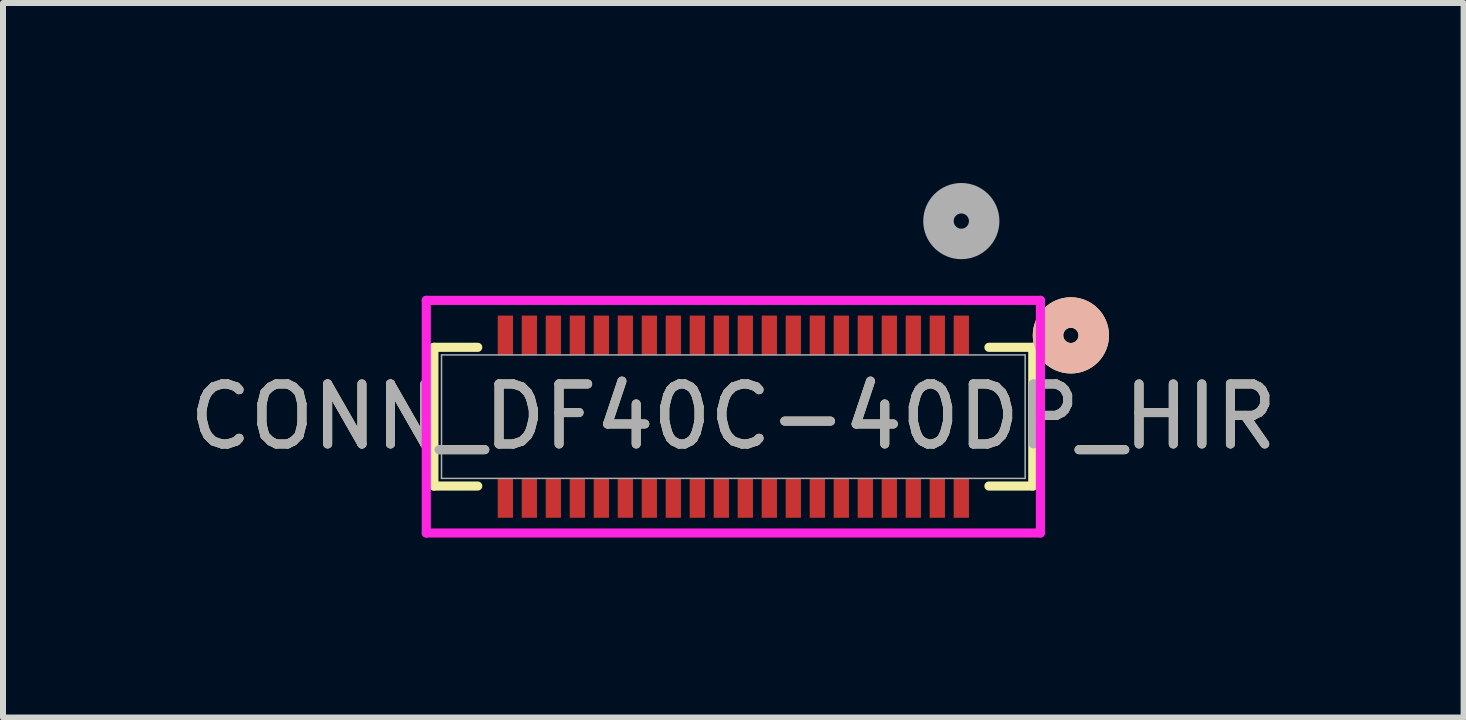
<source format=kicad_pcb>
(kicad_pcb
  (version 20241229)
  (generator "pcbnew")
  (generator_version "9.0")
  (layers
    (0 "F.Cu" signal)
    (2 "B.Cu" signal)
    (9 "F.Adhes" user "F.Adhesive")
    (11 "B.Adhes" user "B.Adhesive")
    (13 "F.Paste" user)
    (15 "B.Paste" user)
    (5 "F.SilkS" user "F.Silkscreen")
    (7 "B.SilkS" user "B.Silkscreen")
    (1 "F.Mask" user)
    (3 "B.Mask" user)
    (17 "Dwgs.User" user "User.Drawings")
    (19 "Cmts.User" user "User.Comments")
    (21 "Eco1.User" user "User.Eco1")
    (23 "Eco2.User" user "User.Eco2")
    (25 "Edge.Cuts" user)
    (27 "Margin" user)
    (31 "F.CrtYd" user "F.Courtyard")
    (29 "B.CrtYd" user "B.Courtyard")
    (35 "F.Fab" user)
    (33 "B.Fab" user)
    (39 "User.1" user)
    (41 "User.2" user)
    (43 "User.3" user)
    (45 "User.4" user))
  (footprint "CONN_DF40C-40DP_HIR"
    (layer "F.Cu")
    (at 9.173 3.895)
    (property "Reference" "CONN_DF40C-40DP_HIR" (at 0 0 0) (unlocked yes) (layer "F.SilkS") (effects (font (size 1 1) (thickness 0.15))))
    (attr smd)
    (fp_line (start -4.991 -1.156) (end -4.991 1.156) (stroke (width 0.152) (type solid)) (layer "F.SilkS"))
    (fp_line (start -4.991 1.156) (end -4.26 1.156) (stroke (width 0.152) (type solid)) (layer "F.SilkS"))
    (fp_line (start -4.26 -1.156) (end -4.991 -1.156) (stroke (width 0.152) (type solid)) (layer "F.SilkS"))
    (fp_line (start 4.26 1.156) (end 4.991 1.156) (stroke (width 0.152) (type solid)) (layer "F.SilkS"))
    (fp_line (start 4.991 -1.156) (end 4.26 -1.156) (stroke (width 0.152) (type solid)) (layer "F.SilkS"))
    (fp_line (start 4.991 1.156) (end 4.991 -1.156) (stroke (width 0.152) (type solid)) (layer "F.SilkS"))
    (fp_circle (center 5.626 -1.355) (end 6.007 -1.355) (stroke (width 0.508) (type solid)) (fill no) (layer "F.SilkS"))
    (fp_circle (center 5.626 -1.355) (end 6.007 -1.355) (stroke (width 0.508) (type solid)) (fill no) (layer "B.SilkS"))
    (fp_line (start -5.118 -1.939) (end -5.118 1.939) (stroke (width 0.152) (type solid)) (layer "F.CrtYd"))
    (fp_line (start -5.118 1.939) (end 5.118 1.939) (stroke (width 0.152) (type solid)) (layer "F.CrtYd"))
    (fp_line (start 5.118 -1.939) (end -5.118 -1.939) (stroke (width 0.152) (type solid)) (layer "F.CrtYd"))
    (fp_line (start 5.118 1.939) (end 5.118 -1.939) (stroke (width 0.152) (type solid)) (layer "F.CrtYd"))
    (fp_line (start -4.864 -1.029) (end -4.864 1.029) (stroke (width 0.025) (type solid)) (layer "F.Fab"))
    (fp_line (start -4.864 1.029) (end 4.864 1.029) (stroke (width 0.025) (type solid)) (layer "F.Fab"))
    (fp_line (start 4.864 -1.029) (end -4.864 -1.029) (stroke (width 0.025) (type solid)) (layer "F.Fab"))
    (fp_line (start 4.864 1.029) (end 4.864 -1.029) (stroke (width 0.025) (type solid)) (layer "F.Fab"))
    (fp_circle (center 3.8 -3.26) (end 4.181 -3.26) (stroke (width 0.508) (type solid)) (fill no) (layer "F.Fab"))
    (fp_text user "${REFERENCE}" (at 0 0 0) (unlocked yes) (layer "F.Fab") (effects (font (size 1 1) (thickness 0.15))))
    (pad "1" smd rect (at 3.8 -1.355) (size 0.254 0.66) (layers "F.Cu" "F.Mask" "F.Paste"))
    (pad "2" smd rect (at 3.4 -1.355) (size 0.254 0.66) (layers "F.Cu" "F.Mask" "F.Paste"))
    (pad "3" smd rect (at 3 -1.355) (size 0.254 0.66) (layers "F.Cu" "F.Mask" "F.Paste"))
    (pad "4" smd rect (at 2.6 -1.355) (size 0.254 0.66) (layers "F.Cu" "F.Mask" "F.Paste"))
    (pad "5" smd rect (at 2.2 -1.355) (size 0.254 0.66) (layers "F.Cu" "F.Mask" "F.Paste"))
    (pad "6" smd rect (at 1.8 -1.355) (size 0.254 0.66) (layers "F.Cu" "F.Mask" "F.Paste"))
    (pad "7" smd rect (at 1.4 -1.355) (size 0.254 0.66) (layers "F.Cu" "F.Mask" "F.Paste"))
    (pad "8" smd rect (at 1 -1.355) (size 0.254 0.66) (layers "F.Cu" "F.Mask" "F.Paste"))
    (pad "9" smd rect (at 0.6 -1.355) (size 0.254 0.66) (layers "F.Cu" "F.Mask" "F.Paste"))
    (pad "10" smd rect (at 0.2 -1.355) (size 0.254 0.66) (layers "F.Cu" "F.Mask" "F.Paste"))
    (pad "11" smd rect (at -0.2 -1.355) (size 0.254 0.66) (layers "F.Cu" "F.Mask" "F.Paste"))
    (pad "12" smd rect (at -0.6 -1.355) (size 0.254 0.66) (layers "F.Cu" "F.Mask" "F.Paste"))
    (pad "13" smd rect (at -1 -1.355) (size 0.254 0.66) (layers "F.Cu" "F.Mask" "F.Paste"))
    (pad "14" smd rect (at -1.4 -1.355) (size 0.254 0.66) (layers "F.Cu" "F.Mask" "F.Paste"))
    (pad "15" smd rect (at -1.8 -1.355) (size 0.254 0.66) (layers "F.Cu" "F.Mask" "F.Paste"))
    (pad "16" smd rect (at -2.2 -1.355) (size 0.254 0.66) (layers "F.Cu" "F.Mask" "F.Paste"))
    (pad "17" smd rect (at -2.6 -1.355) (size 0.254 0.66) (layers "F.Cu" "F.Mask" "F.Paste"))
    (pad "18" smd rect (at -3 -1.355) (size 0.254 0.66) (layers "F.Cu" "F.Mask" "F.Paste"))
    (pad "19" smd rect (at -3.4 -1.355) (size 0.254 0.66) (layers "F.Cu" "F.Mask" "F.Paste"))
    (pad "20" smd rect (at -3.8 -1.355) (size 0.254 0.66) (layers "F.Cu" "F.Mask" "F.Paste"))
    (pad "21" smd rect (at 3.8 1.355) (size 0.254 0.66) (layers "F.Cu" "F.Mask" "F.Paste"))
    (pad "22" smd rect (at 3.4 1.355) (size 0.254 0.66) (layers "F.Cu" "F.Mask" "F.Paste"))
    (pad "23" smd rect (at 3 1.355) (size 0.254 0.66) (layers "F.Cu" "F.Mask" "F.Paste"))
    (pad "24" smd rect (at 2.6 1.355) (size 0.254 0.66) (layers "F.Cu" "F.Mask" "F.Paste"))
    (pad "25" smd rect (at 2.2 1.355) (size 0.254 0.66) (layers "F.Cu" "F.Mask" "F.Paste"))
    (pad "26" smd rect (at 1.8 1.355) (size 0.254 0.66) (layers "F.Cu" "F.Mask" "F.Paste"))
    (pad "27" smd rect (at 1.4 1.355) (size 0.254 0.66) (layers "F.Cu" "F.Mask" "F.Paste"))
    (pad "28" smd rect (at 1 1.355) (size 0.254 0.66) (layers "F.Cu" "F.Mask" "F.Paste"))
    (pad "29" smd rect (at 0.6 1.355) (size 0.254 0.66) (layers "F.Cu" "F.Mask" "F.Paste"))
    (pad "30" smd rect (at 0.2 1.355) (size 0.254 0.66) (layers "F.Cu" "F.Mask" "F.Paste"))
    (pad "31" smd rect (at -0.2 1.355) (size 0.254 0.66) (layers "F.Cu" "F.Mask" "F.Paste"))
    (pad "32" smd rect (at -0.6 1.355) (size 0.254 0.66) (layers "F.Cu" "F.Mask" "F.Paste"))
    (pad "33" smd rect (at -1 1.355) (size 0.254 0.66) (layers "F.Cu" "F.Mask" "F.Paste"))
    (pad "34" smd rect (at -1.4 1.355) (size 0.254 0.66) (layers "F.Cu" "F.Mask" "F.Paste"))
    (pad "35" smd rect (at -1.8 1.355) (size 0.254 0.66) (layers "F.Cu" "F.Mask" "F.Paste"))
    (pad "36" smd rect (at -2.2 1.355) (size 0.254 0.66) (layers "F.Cu" "F.Mask" "F.Paste"))
    (pad "37" smd rect (at -2.6 1.355) (size 0.254 0.66) (layers "F.Cu" "F.Mask" "F.Paste"))
    (pad "38" smd rect (at -3 1.355) (size 0.254 0.66) (layers "F.Cu" "F.Mask" "F.Paste"))
    (pad "39" smd rect (at -3.4 1.355) (size 0.254 0.66) (layers "F.Cu" "F.Mask" "F.Paste"))
    (pad "40" smd rect (at -3.8 1.355) (size 0.254 0.66) (layers "F.Cu" "F.Mask" "F.Paste")))
  (gr_rect
    (start -3 -3)
    (end 21.345 8.91)
    (stroke (width 0.1) (type default))
    (fill no)
    (layer "Edge.Cuts")))
</source>
